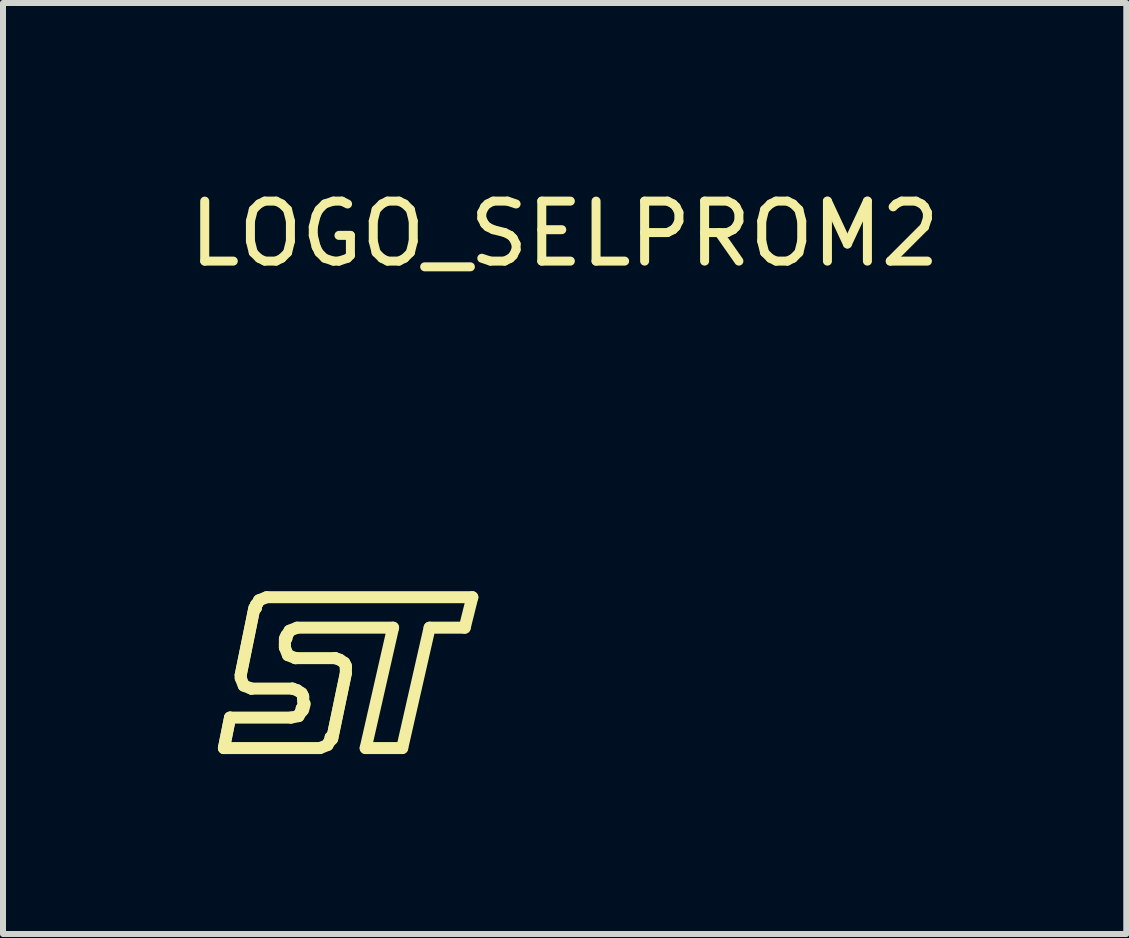
<source format=kicad_pcb>
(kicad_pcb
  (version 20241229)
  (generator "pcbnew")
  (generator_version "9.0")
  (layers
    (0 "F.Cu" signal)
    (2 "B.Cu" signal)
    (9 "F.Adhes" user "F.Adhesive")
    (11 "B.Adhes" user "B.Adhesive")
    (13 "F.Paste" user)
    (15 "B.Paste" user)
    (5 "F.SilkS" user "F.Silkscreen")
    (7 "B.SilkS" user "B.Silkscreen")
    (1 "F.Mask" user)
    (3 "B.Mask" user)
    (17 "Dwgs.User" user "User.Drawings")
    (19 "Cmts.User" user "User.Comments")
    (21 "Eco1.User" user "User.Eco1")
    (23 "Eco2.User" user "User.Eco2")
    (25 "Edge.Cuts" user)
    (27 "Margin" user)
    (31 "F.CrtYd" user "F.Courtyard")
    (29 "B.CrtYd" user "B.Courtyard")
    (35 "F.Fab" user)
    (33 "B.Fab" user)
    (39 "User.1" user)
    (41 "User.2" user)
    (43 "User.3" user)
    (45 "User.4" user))
  (footprint "LOGO_SELPROM2"
    (layer "F.Cu")
    (at 2.563 8.048)
    (property "Reference" "LOGO_SELPROM2" (at 3.8 -7.2 0) (layer "F.SilkS") (effects (font (size 1 1) (thickness 0.15))))
    (attr through_hole)
    (fp_line (start -1.88 1.373) (end -0.279 1.373) (stroke (width 0.2) (type solid)) (layer "F.SilkS"))
    (fp_line (start -1.778 0.865) (end -1.88 1.373) (stroke (width 0.2) (type solid)) (layer "F.SilkS"))
    (fp_line (start -1.778 0.865) (end -1.88 1.373) (stroke (width 0.2) (type solid)) (layer "F.SilkS"))
    (fp_line (start -1.778 0.865) (end -0.762 0.865) (stroke (width 0.2) (type solid)) (layer "F.SilkS"))
    (fp_line (start -1.6 0.154) (end -1.6 0.205) (stroke (width 0.2) (type solid)) (layer "F.SilkS"))
    (fp_line (start -1.6 0.205) (end -1.549 0.332) (stroke (width 0.2) (type solid)) (layer "F.SilkS"))
    (fp_line (start -1.549 0.332) (end -1.422 0.382) (stroke (width 0.2) (type solid)) (layer "F.SilkS"))
    (fp_line (start -1.422 0.382) (end -1.422 0.382) (stroke (width 0.2) (type solid)) (layer "F.SilkS"))
    (fp_line (start -1.422 0.382) (end -0.737 0.382) (stroke (width 0.2) (type solid)) (layer "F.SilkS"))
    (fp_line (start -1.372 -0.964) (end -1.6 0.154) (stroke (width 0.2) (type solid)) (layer "F.SilkS"))
    (fp_line (start -1.372 -0.964) (end -1.6 0.154) (stroke (width 0.2) (type solid)) (layer "F.SilkS"))
    (fp_line (start -1.346 -1.015) (end -1.346 -0.964) (stroke (width 0.2) (type solid)) (layer "F.SilkS"))
    (fp_line (start -1.346 -0.964) (end -1.346 -0.964) (stroke (width 0.2) (type solid)) (layer "F.SilkS"))
    (fp_line (start -1.321 -1.04) (end -1.346 -1.015) (stroke (width 0.2) (type solid)) (layer "F.SilkS"))
    (fp_line (start -1.295 -1.091) (end -1.321 -1.04) (stroke (width 0.2) (type solid)) (layer "F.SilkS"))
    (fp_line (start -1.168 -1.142) (end -1.295 -1.091) (stroke (width 0.2) (type solid)) (layer "F.SilkS"))
    (fp_line (start -1.168 -1.142) (end 2.261 -1.142) (stroke (width 0.2) (type solid)) (layer "F.SilkS"))
    (fp_line (start -0.864 -0.456) (end -0.864 -0.354) (stroke (width 0.2) (type solid)) (layer "F.SilkS"))
    (fp_line (start -0.864 -0.354) (end -0.864 -0.303) (stroke (width 0.2) (type solid)) (layer "F.SilkS"))
    (fp_line (start -0.864 -0.303) (end -0.813 -0.176) (stroke (width 0.2) (type solid)) (layer "F.SilkS"))
    (fp_line (start -0.838 -0.507) (end -0.838 -0.456) (stroke (width 0.2) (type solid)) (layer "F.SilkS"))
    (fp_line (start -0.838 -0.456) (end -0.838 -0.456) (stroke (width 0.2) (type solid)) (layer "F.SilkS"))
    (fp_line (start -0.813 -0.532) (end -0.838 -0.507) (stroke (width 0.2) (type solid)) (layer "F.SilkS"))
    (fp_line (start -0.813 -0.176) (end -0.686 -0.126) (stroke (width 0.2) (type solid)) (layer "F.SilkS"))
    (fp_line (start -0.787 -0.583) (end -0.813 -0.532) (stroke (width 0.2) (type solid)) (layer "F.SilkS"))
    (fp_line (start -0.762 0.865) (end -0.635 0.84) (stroke (width 0.2) (type solid)) (layer "F.SilkS"))
    (fp_line (start -0.737 0.382) (end -0.737 0.382) (stroke (width 0.2) (type solid)) (layer "F.SilkS"))
    (fp_line (start -0.686 -0.126) (end -0.686 -0.126) (stroke (width 0.2) (type solid)) (layer "F.SilkS"))
    (fp_line (start -0.686 -0.126) (end -0.025 -0.126) (stroke (width 0.2) (type solid)) (layer "F.SilkS"))
    (fp_line (start -0.66 -0.634) (end -0.787 -0.583) (stroke (width 0.2) (type solid)) (layer "F.SilkS"))
    (fp_line (start -0.66 -0.634) (end 0.94 -0.634) (stroke (width 0.2) (type solid)) (layer "F.SilkS"))
    (fp_line (start -0.66 0.408) (end -0.737 0.382) (stroke (width 0.2) (type solid)) (layer "F.SilkS"))
    (fp_line (start -0.635 0.84) (end -0.61 0.789) (stroke (width 0.2) (type solid)) (layer "F.SilkS"))
    (fp_line (start -0.61 0.789) (end -0.584 0.763) (stroke (width 0.2) (type solid)) (layer "F.SilkS"))
    (fp_line (start -0.584 0.459) (end -0.66 0.408) (stroke (width 0.2) (type solid)) (layer "F.SilkS"))
    (fp_line (start -0.584 0.713) (end -0.584 0.713) (stroke (width 0.2) (type solid)) (layer "F.SilkS"))
    (fp_line (start -0.584 0.763) (end -0.584 0.713) (stroke (width 0.2) (type solid)) (layer "F.SilkS"))
    (fp_line (start -0.559 0.509) (end -0.584 0.459) (stroke (width 0.2) (type solid)) (layer "F.SilkS"))
    (fp_line (start -0.559 0.535) (end -0.559 0.509) (stroke (width 0.2) (type solid)) (layer "F.SilkS"))
    (fp_line (start -0.559 0.56) (end -0.559 0.535) (stroke (width 0.2) (type solid)) (layer "F.SilkS"))
    (fp_line (start -0.559 0.611) (end -0.559 0.56) (stroke (width 0.2) (type solid)) (layer "F.SilkS"))
    (fp_line (start -0.533 0.636) (end -0.559 0.738) (stroke (width 0.2) (type solid)) (layer "F.SilkS"))
    (fp_line (start -0.279 1.373) (end -0.152 1.322) (stroke (width 0.2) (type solid)) (layer "F.SilkS"))
    (fp_line (start -0.152 1.322) (end -0.127 1.271) (stroke (width 0.2) (type solid)) (layer "F.SilkS"))
    (fp_line (start -0.127 1.271) (end -0.102 1.246) (stroke (width 0.2) (type solid)) (layer "F.SilkS"))
    (fp_line (start -0.102 1.195) (end -0.102 1.195) (stroke (width 0.2) (type solid)) (layer "F.SilkS"))
    (fp_line (start -0.102 1.246) (end -0.102 1.195) (stroke (width 0.2) (type solid)) (layer "F.SilkS"))
    (fp_line (start -0.025 -0.126) (end -0.025 -0.126) (stroke (width 0.2) (type solid)) (layer "F.SilkS"))
    (fp_line (start 0.051 -0.1) (end -0.025 -0.126) (stroke (width 0.2) (type solid)) (layer "F.SilkS"))
    (fp_line (start 0.127 -0.049) (end 0.051 -0.1) (stroke (width 0.2) (type solid)) (layer "F.SilkS"))
    (fp_line (start 0.152 0.001) (end 0.127 -0.049) (stroke (width 0.2) (type solid)) (layer "F.SilkS"))
    (fp_line (start 0.152 0.027) (end 0.152 0.001) (stroke (width 0.2) (type solid)) (layer "F.SilkS"))
    (fp_line (start 0.152 0.052) (end 0.152 0.027) (stroke (width 0.2) (type solid)) (layer "F.SilkS"))
    (fp_line (start 0.152 0.103) (end 0.152 0.052) (stroke (width 0.2) (type solid)) (layer "F.SilkS"))
    (fp_line (start 0.152 0.128) (end -0.076 1.221) (stroke (width 0.2) (type solid)) (layer "F.SilkS"))
    (fp_line (start 0.152 0.128) (end -0.076 1.221) (stroke (width 0.2) (type solid)) (layer "F.SilkS"))
    (fp_line (start 0.483 1.373) (end 1.092 1.373) (stroke (width 0.2) (type solid)) (layer "F.SilkS"))
    (fp_line (start 0.94 -0.634) (end 0.483 1.373) (stroke (width 0.2) (type solid)) (layer "F.SilkS"))
    (fp_line (start 1.549 -0.634) (end 1.092 1.373) (stroke (width 0.2) (type solid)) (layer "F.SilkS"))
    (fp_line (start 1.549 -0.634) (end 2.134 -0.634) (stroke (width 0.2) (type solid)) (layer "F.SilkS"))
    (fp_line (start 2.261 -1.142) (end 2.134 -0.634) (stroke (width 0.2) (type solid)) (layer "F.SilkS")))
  (gr_rect
    (start -3 -3)
    (end 15.726 12.521)
    (stroke (width 0.1) (type default))
    (fill no)
    (layer "Edge.Cuts")))
</source>
